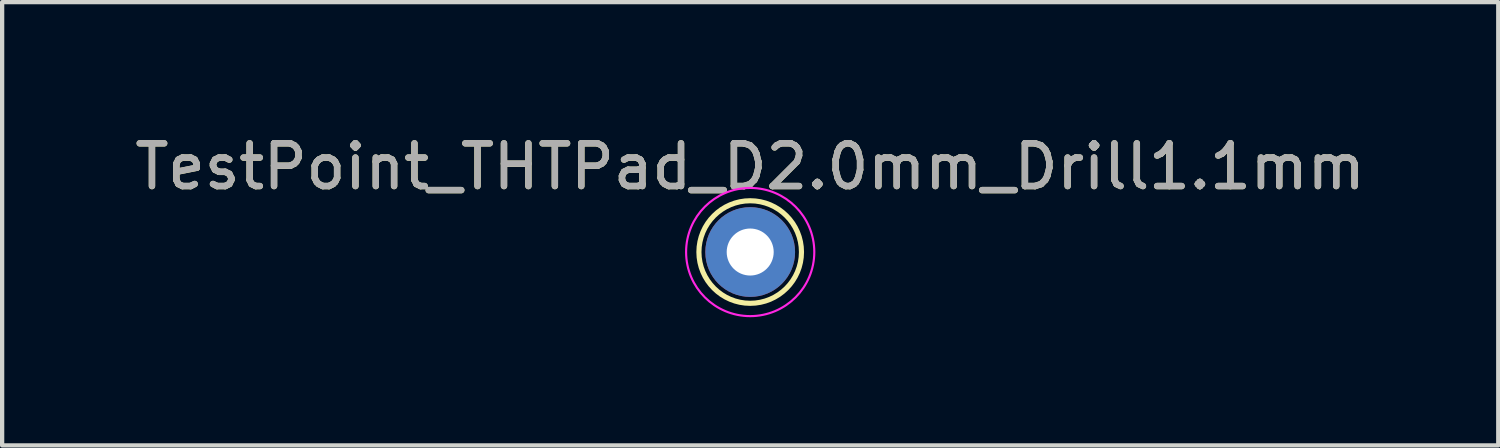
<source format=kicad_pcb>
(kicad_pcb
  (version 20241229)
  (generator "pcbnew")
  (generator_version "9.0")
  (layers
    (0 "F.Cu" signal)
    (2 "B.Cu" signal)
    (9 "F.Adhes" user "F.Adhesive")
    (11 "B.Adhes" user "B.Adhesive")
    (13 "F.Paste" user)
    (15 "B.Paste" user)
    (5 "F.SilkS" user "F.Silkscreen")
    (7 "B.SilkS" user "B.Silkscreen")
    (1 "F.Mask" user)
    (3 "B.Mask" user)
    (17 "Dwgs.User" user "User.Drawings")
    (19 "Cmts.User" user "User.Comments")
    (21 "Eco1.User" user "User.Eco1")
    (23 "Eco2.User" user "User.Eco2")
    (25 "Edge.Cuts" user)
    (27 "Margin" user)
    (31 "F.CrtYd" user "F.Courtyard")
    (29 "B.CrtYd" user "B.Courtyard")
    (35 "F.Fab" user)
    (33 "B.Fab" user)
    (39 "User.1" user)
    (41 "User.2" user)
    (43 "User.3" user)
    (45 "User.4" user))
  (footprint "TestPoint_THTPad_D2.0mm_Drill1.1mm"
    (layer "F.Cu")
    (at 14.506 2.848)
    (property "Reference" "TestPoint_THTPad_D2.0mm_Drill1.1mm" (at 0 -1.998 0) (layer "F.SilkS") (effects (font (size 1 1) (thickness 0.15))))
    (attr exclude_from_pos_files exclude_from_bom)
    (fp_circle (center 0 0) (end 0 1.2) (stroke (width 0.12) (type solid)) (fill no) (layer "F.SilkS"))
    (fp_circle (center 0 0) (end 1.5 0) (stroke (width 0.05) (type solid)) (fill no) (layer "F.CrtYd"))
    (fp_text user "${REFERENCE}" (at 0 -2 0) (layer "F.Fab") (effects (font (size 1 1) (thickness 0.15))))
    (pad "1" thru_hole circle (at 0 0) (size 2.1 2.1) (drill 1.1) (layers "*.Cu" "*.Mask")))
  (gr_rect
    (start -3 -3)
    (end 32.012 7.373)
    (stroke (width 0.1) (type default))
    (fill no)
    (layer "Edge.Cuts")))
</source>
